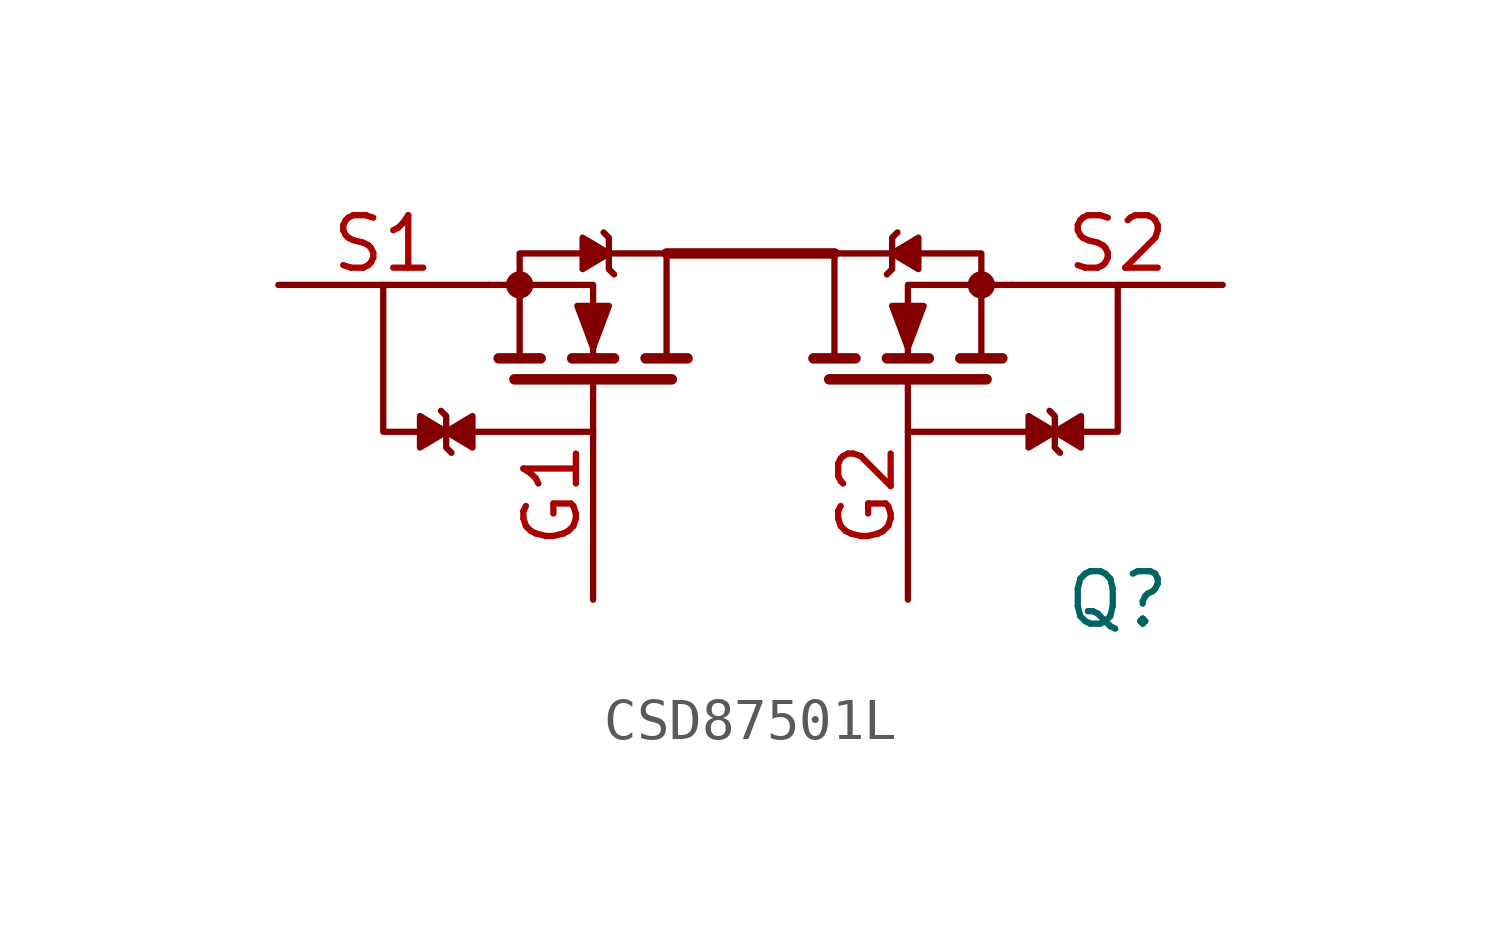
<source format=kicad_sym>
(kicad_symbol_lib
  (version 20231120)
  (generator "kicad_symbol_editor")
  (generator_version "8.0")
  (symbol "CSD87501L"
    (pin_names hide)
    (property "Reference" "Q"
      (at 12.7 0 0)
      (effects (font (size 1.27 1.27))))
    (property "Value" ""
      (at 12.7 0 0)
      (effects (font (size 1.27 1.27))))
    (symbol "CSD87501L_0_1"
      (circle (center -1.778 7.62) (radius 0.254) (stroke (width 0) (type default)) (fill (type outline)))
      (polyline (pts (xy -1.27 5.842) (xy -2.286 5.842)) (stroke (width 0.254) (type default)) (fill (type none)))
      (polyline (pts (xy 0.508 5.842) (xy -0.508 5.842)) (stroke (width 0.254) (type default)) (fill (type none)))
      (polyline (pts (xy 1.905 5.334) (xy -1.905 5.334)) (stroke (width 0.254) (type default)) (fill (type none)))
      (polyline (pts (xy 2.286 5.842) (xy 1.27 5.842)) (stroke (width 0.254) (type default)) (fill (type none)))
      (polyline (pts (xy 5.334 5.842) (xy 6.35 5.842)) (stroke (width 0.254) (type default)) (fill (type none)))
      (polyline (pts (xy 5.715 5.334) (xy 9.525 5.334)) (stroke (width 0.254) (type default)) (fill (type none)))
      (polyline (pts (xy 7.112 5.842) (xy 8.128 5.842)) (stroke (width 0.254) (type default)) (fill (type none)))
      (polyline (pts (xy 8.89 5.842) (xy 9.906 5.842)) (stroke (width 0.254) (type default)) (fill (type none)))
      (polyline (pts (xy -2.54 7.62) (xy 0 7.62) (xy 0 5.842)) (stroke (width 0) (type default)) (fill (type none)))
      (polyline (pts (xy 10.16 7.62) (xy 7.62 7.62) (xy 7.62 5.842)) (stroke (width 0) (type default)) (fill (type none)))
      (polyline (pts (xy -3.429 3.556) (xy -3.556 3.683) (xy -3.556 4.445) (xy -3.683 4.572)) (stroke (width 0) (type default)) (fill (type none)))
      (polyline (pts (xy -1.778 5.842) (xy -1.778 8.382) (xy 1.778 8.382) (xy 1.778 5.842)) (stroke (width 0) (type default)) (fill (type none)))
      (polyline (pts (xy 0 6.096) (xy 0.381 7.112) (xy -0.381 7.112) (xy 0 6.096)) (stroke (width 0) (type default)) (fill (type outline)))
      (polyline (pts (xy 0.508 7.874) (xy 0.381 8.001) (xy 0.381 8.763) (xy 0.254 8.89)) (stroke (width 0) (type default)) (fill (type none)))
      (polyline (pts (xy 7.112 7.874) (xy 7.239 8.001) (xy 7.239 8.763) (xy 7.366 8.89)) (stroke (width 0) (type default)) (fill (type none)))
      (polyline (pts (xy 7.62 6.096) (xy 7.239 7.112) (xy 8.001 7.112) (xy 7.62 6.096)) (stroke (width 0) (type default)) (fill (type outline)))
      (polyline (pts (xy 9.398 5.842) (xy 9.398 8.382) (xy 5.842 8.382) (xy 5.842 5.842)) (stroke (width 0) (type default)) (fill (type none)))
      (polyline (pts (xy 11.303 3.556) (xy 11.176 3.683) (xy 11.176 4.445) (xy 11.049 4.572)) (stroke (width 0) (type default)) (fill (type none)))
      (circle (center 9.398 7.62) (radius 0.254) (stroke (width 0) (type default)) (fill (type outline))))
    (symbol "CSD87501L_1_1"
      (polyline (pts (xy -3.048 4.064) (xy 0 4.064)) (stroke (width 0) (type default)) (fill (type none)))
      (polyline (pts (xy 0 5.08) (xy 0 5.334)) (stroke (width 0) (type default)) (fill (type none)))
      (polyline (pts (xy 1.778 8.382) (xy 5.842 8.382)) (stroke (width 0.254) (type default)) (fill (type none)))
      (polyline (pts (xy 7.62 5.08) (xy 7.62 5.334)) (stroke (width 0) (type default)) (fill (type none)))
      (polyline (pts (xy 10.668 4.064) (xy 7.62 4.064)) (stroke (width 0) (type default)) (fill (type none)))
      (polyline (pts (xy -4.064 4.064) (xy -5.08 4.064) (xy -5.08 7.62)) (stroke (width 0) (type default)) (fill (type none)))
      (polyline (pts (xy -3.556 4.064) (xy -4.191 3.683) (xy -4.191 4.445) (xy -3.556 4.064)) (stroke (width 0) (type default)) (fill (type outline)))
      (polyline (pts (xy -3.556 4.064) (xy -2.921 3.683) (xy -2.921 4.445) (xy -3.556 4.064)) (stroke (width 0) (type default)) (fill (type outline)))
      (polyline (pts (xy 0.381 8.382) (xy -0.254 8.001) (xy -0.254 8.763) (xy 0.381 8.382)) (stroke (width 0) (type default)) (fill (type outline)))
      (polyline (pts (xy 7.239 8.382) (xy 7.874 8.001) (xy 7.874 8.763) (xy 7.239 8.382)) (stroke (width 0) (type default)) (fill (type outline)))
      (polyline (pts (xy 11.176 4.064) (xy 10.541 3.683) (xy 10.541 4.445) (xy 11.176 4.064)) (stroke (width 0) (type default)) (fill (type outline)))
      (polyline (pts (xy 11.176 4.064) (xy 11.811 3.683) (xy 11.811 4.445) (xy 11.176 4.064)) (stroke (width 0) (type default)) (fill (type outline)))
      (polyline (pts (xy 11.684 4.064) (xy 12.7 4.064) (xy 12.7 4.064) (xy 12.7 7.62)) (stroke (width 0) (type default)) (fill (type none)))
      (pin passive line (at 0 0 90) (length 5.08) (name "G1" (effects (font (size 1.27 1.27)))) (number "G1" (effects (font (size 1.27 1.27)))))
      (pin passive line (at 7.62 0 90) (length 5.08) (name "G2" (effects (font (size 1.27 1.27)))) (number "G2" (effects (font (size 1.27 1.27)))))
      (pin passive line (at -7.62 7.62 0) (length 5.08) (name "S1" (effects (font (size 1.27 1.27)))) (number "S1" (effects (font (size 1.27 1.27)))))
      (pin passive line (at 15.24 7.62 180) (length 5.08) (name "S2" (effects (font (size 1.27 1.27)))) (number "S2" (effects (font (size 1.27 1.27))))))))
</source>
